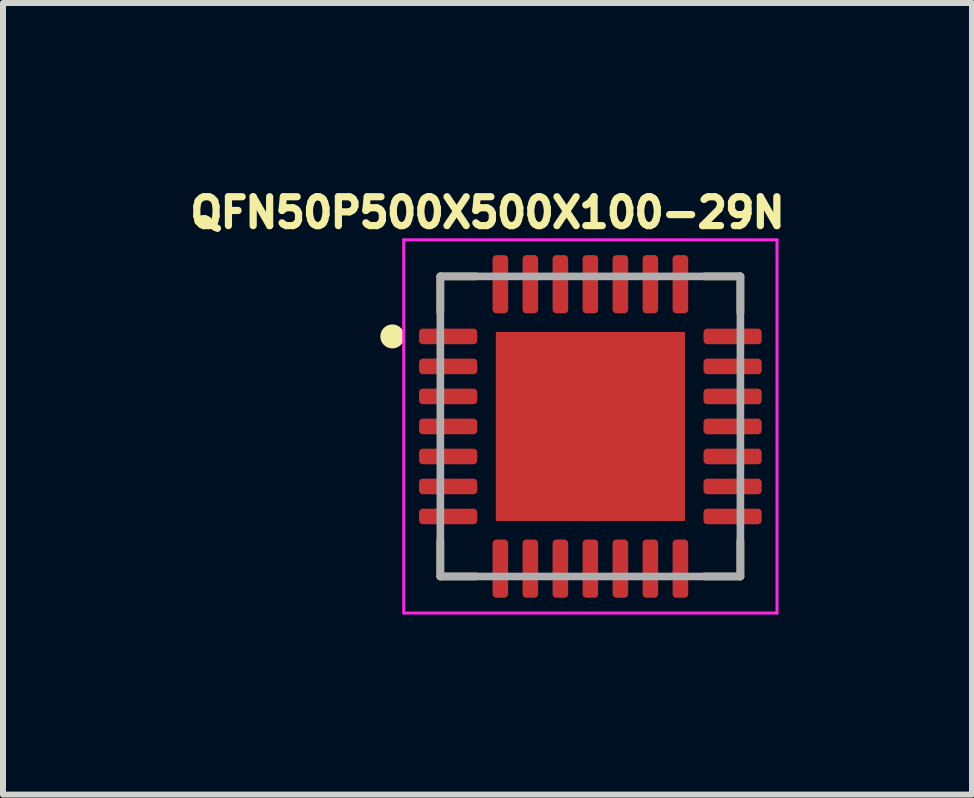
<source format=kicad_pcb>
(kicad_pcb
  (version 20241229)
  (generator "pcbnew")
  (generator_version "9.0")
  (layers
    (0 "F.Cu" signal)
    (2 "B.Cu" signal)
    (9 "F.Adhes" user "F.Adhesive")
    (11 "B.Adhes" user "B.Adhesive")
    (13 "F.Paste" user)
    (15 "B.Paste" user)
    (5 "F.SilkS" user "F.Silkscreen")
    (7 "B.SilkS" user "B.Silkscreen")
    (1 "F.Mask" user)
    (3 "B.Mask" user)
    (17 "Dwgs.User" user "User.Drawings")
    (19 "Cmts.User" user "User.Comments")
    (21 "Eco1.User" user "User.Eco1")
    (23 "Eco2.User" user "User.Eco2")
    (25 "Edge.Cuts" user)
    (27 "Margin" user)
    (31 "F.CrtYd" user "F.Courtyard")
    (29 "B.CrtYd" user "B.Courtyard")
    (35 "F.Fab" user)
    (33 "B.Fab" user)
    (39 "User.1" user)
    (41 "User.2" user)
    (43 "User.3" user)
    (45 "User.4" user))
  (footprint "QFN50P500X500X100-29N"
    (layer "F.Cu")
    (at 6.788 4.056)
    (property "Reference" "QFN50P500X500X100-29N" (at -1.714 -3.563 0) (layer "F.SilkS") (effects (font (size 0.481 0.481) (thickness 0.15))))
    (attr smd)
    (fp_line (start -2.5 -2.5) (end -1.9 -2.5) (stroke (width 0.127) (type solid)) (layer "F.SilkS"))
    (fp_line (start -2.5 -1.9) (end -2.5 -2.5) (stroke (width 0.127) (type solid)) (layer "F.SilkS"))
    (fp_line (start -2.5 2.5) (end -2.5 1.9) (stroke (width 0.127) (type solid)) (layer "F.SilkS"))
    (fp_line (start -1.9 2.5) (end -2.5 2.5) (stroke (width 0.127) (type solid)) (layer "F.SilkS"))
    (fp_line (start 1.9 -2.5) (end 2.5 -2.5) (stroke (width 0.127) (type solid)) (layer "F.SilkS"))
    (fp_line (start 2.5 -2.5) (end 2.5 -1.9) (stroke (width 0.127) (type solid)) (layer "F.SilkS"))
    (fp_line (start 2.5 1.9) (end 2.5 2.5) (stroke (width 0.127) (type solid)) (layer "F.SilkS"))
    (fp_line (start 2.5 2.5) (end 1.9 2.5) (stroke (width 0.127) (type solid)) (layer "F.SilkS"))
    (fp_circle (center -3.3 -1.5) (end -3.2 -1.5) (stroke (width 0.2) (type solid)) (fill no) (layer "F.SilkS"))
    (fp_poly (pts (xy -0.991 -0.989) (xy 0.989 -0.989) (xy 0.989 0.991) (xy -0.991 0.991)) (stroke (width 0.01) (type solid)) (fill yes) (layer "F.Paste"))
    (fp_line (start -3.11 -3.11) (end 3.11 -3.11) (stroke (width 0.05) (type solid)) (layer "F.CrtYd"))
    (fp_line (start -3.11 3.11) (end -3.11 -3.11) (stroke (width 0.05) (type solid)) (layer "F.CrtYd"))
    (fp_line (start 3.11 -3.11) (end 3.11 3.11) (stroke (width 0.05) (type solid)) (layer "F.CrtYd"))
    (fp_line (start 3.11 3.11) (end -3.11 3.11) (stroke (width 0.05) (type solid)) (layer "F.CrtYd"))
    (fp_line (start -2.5 -2.5) (end 2.5 -2.5) (stroke (width 0.127) (type solid)) (layer "F.Fab"))
    (fp_line (start -2.5 2.5) (end -2.5 -2.5) (stroke (width 0.127) (type solid)) (layer "F.Fab"))
    (fp_line (start 2.5 -2.5) (end 2.5 2.5) (stroke (width 0.127) (type solid)) (layer "F.Fab"))
    (fp_line (start 2.5 2.5) (end -2.5 2.5) (stroke (width 0.127) (type solid)) (layer "F.Fab"))
    (pad "1" smd roundrect (at -2.37 -1.5 270) (size 0.26 0.97) (layers "F.Cu" "F.Mask" "F.Paste") (roundrect_rratio 0.24))
    (pad "2" smd roundrect (at -2.37 -1 270) (size 0.26 0.97) (layers "F.Cu" "F.Mask" "F.Paste") (roundrect_rratio 0.24))
    (pad "3" smd roundrect (at -2.37 -0.5 270) (size 0.26 0.97) (layers "F.Cu" "F.Mask" "F.Paste") (roundrect_rratio 0.24))
    (pad "4" smd roundrect (at -2.37 0 270) (size 0.26 0.97) (layers "F.Cu" "F.Mask" "F.Paste") (roundrect_rratio 0.24))
    (pad "5" smd roundrect (at -2.37 0.5 270) (size 0.26 0.97) (layers "F.Cu" "F.Mask" "F.Paste") (roundrect_rratio 0.24))
    (pad "6" smd roundrect (at -2.37 1 270) (size 0.26 0.97) (layers "F.Cu" "F.Mask" "F.Paste") (roundrect_rratio 0.24))
    (pad "7" smd roundrect (at -2.37 1.5 270) (size 0.26 0.97) (layers "F.Cu" "F.Mask" "F.Paste") (roundrect_rratio 0.24))
    (pad "8" smd roundrect (at -1.5 2.37) (size 0.26 0.97) (layers "F.Cu" "F.Mask" "F.Paste") (roundrect_rratio 0.24))
    (pad "9" smd roundrect (at -1 2.37) (size 0.26 0.97) (layers "F.Cu" "F.Mask" "F.Paste") (roundrect_rratio 0.24))
    (pad "10" smd roundrect (at -0.5 2.37) (size 0.26 0.97) (layers "F.Cu" "F.Mask" "F.Paste") (roundrect_rratio 0.24))
    (pad "11" smd roundrect (at 0 2.37) (size 0.26 0.97) (layers "F.Cu" "F.Mask" "F.Paste") (roundrect_rratio 0.24))
    (pad "12" smd roundrect (at 0.5 2.37) (size 0.26 0.97) (layers "F.Cu" "F.Mask" "F.Paste") (roundrect_rratio 0.24))
    (pad "13" smd roundrect (at 1 2.37) (size 0.26 0.97) (layers "F.Cu" "F.Mask" "F.Paste") (roundrect_rratio 0.24))
    (pad "14" smd roundrect (at 1.5 2.37) (size 0.26 0.97) (layers "F.Cu" "F.Mask" "F.Paste") (roundrect_rratio 0.24))
    (pad "15" smd roundrect (at 2.37 1.5 270) (size 0.26 0.97) (layers "F.Cu" "F.Mask" "F.Paste") (roundrect_rratio 0.24))
    (pad "16" smd roundrect (at 2.37 1 270) (size 0.26 0.97) (layers "F.Cu" "F.Mask" "F.Paste") (roundrect_rratio 0.24))
    (pad "17" smd roundrect (at 2.37 0.5 270) (size 0.26 0.97) (layers "F.Cu" "F.Mask" "F.Paste") (roundrect_rratio 0.24))
    (pad "18" smd roundrect (at 2.37 0 270) (size 0.26 0.97) (layers "F.Cu" "F.Mask" "F.Paste") (roundrect_rratio 0.24))
    (pad "19" smd roundrect (at 2.37 -0.5 270) (size 0.26 0.97) (layers "F.Cu" "F.Mask" "F.Paste") (roundrect_rratio 0.24))
    (pad "20" smd roundrect (at 2.37 -1 270) (size 0.26 0.97) (layers "F.Cu" "F.Mask" "F.Paste") (roundrect_rratio 0.24))
    (pad "21" smd roundrect (at 2.37 -1.5 270) (size 0.26 0.97) (layers "F.Cu" "F.Mask" "F.Paste") (roundrect_rratio 0.24))
    (pad "22" smd roundrect (at 1.5 -2.37) (size 0.26 0.97) (layers "F.Cu" "F.Mask" "F.Paste") (roundrect_rratio 0.24))
    (pad "23" smd roundrect (at 1 -2.37) (size 0.26 0.97) (layers "F.Cu" "F.Mask" "F.Paste") (roundrect_rratio 0.24))
    (pad "24" smd roundrect (at 0.5 -2.37) (size 0.26 0.97) (layers "F.Cu" "F.Mask" "F.Paste") (roundrect_rratio 0.24))
    (pad "25" smd roundrect (at 0 -2.37) (size 0.26 0.97) (layers "F.Cu" "F.Mask" "F.Paste") (roundrect_rratio 0.24))
    (pad "26" smd roundrect (at -0.5 -2.37) (size 0.26 0.97) (layers "F.Cu" "F.Mask" "F.Paste") (roundrect_rratio 0.24))
    (pad "27" smd roundrect (at -1 -2.37) (size 0.26 0.97) (layers "F.Cu" "F.Mask" "F.Paste") (roundrect_rratio 0.24))
    (pad "28" smd roundrect (at -1.5 -2.37) (size 0.26 0.97) (layers "F.Cu" "F.Mask" "F.Paste") (roundrect_rratio 0.24))
    (pad "29" smd rect (at 0 0) (size 3.15 3.15) (layers "F.Cu" "F.Mask")))
  (gr_rect
    (start -3 -3)
    (end 13.147 10.191)
    (stroke (width 0.1) (type default))
    (fill no)
    (layer "Edge.Cuts")))
</source>
